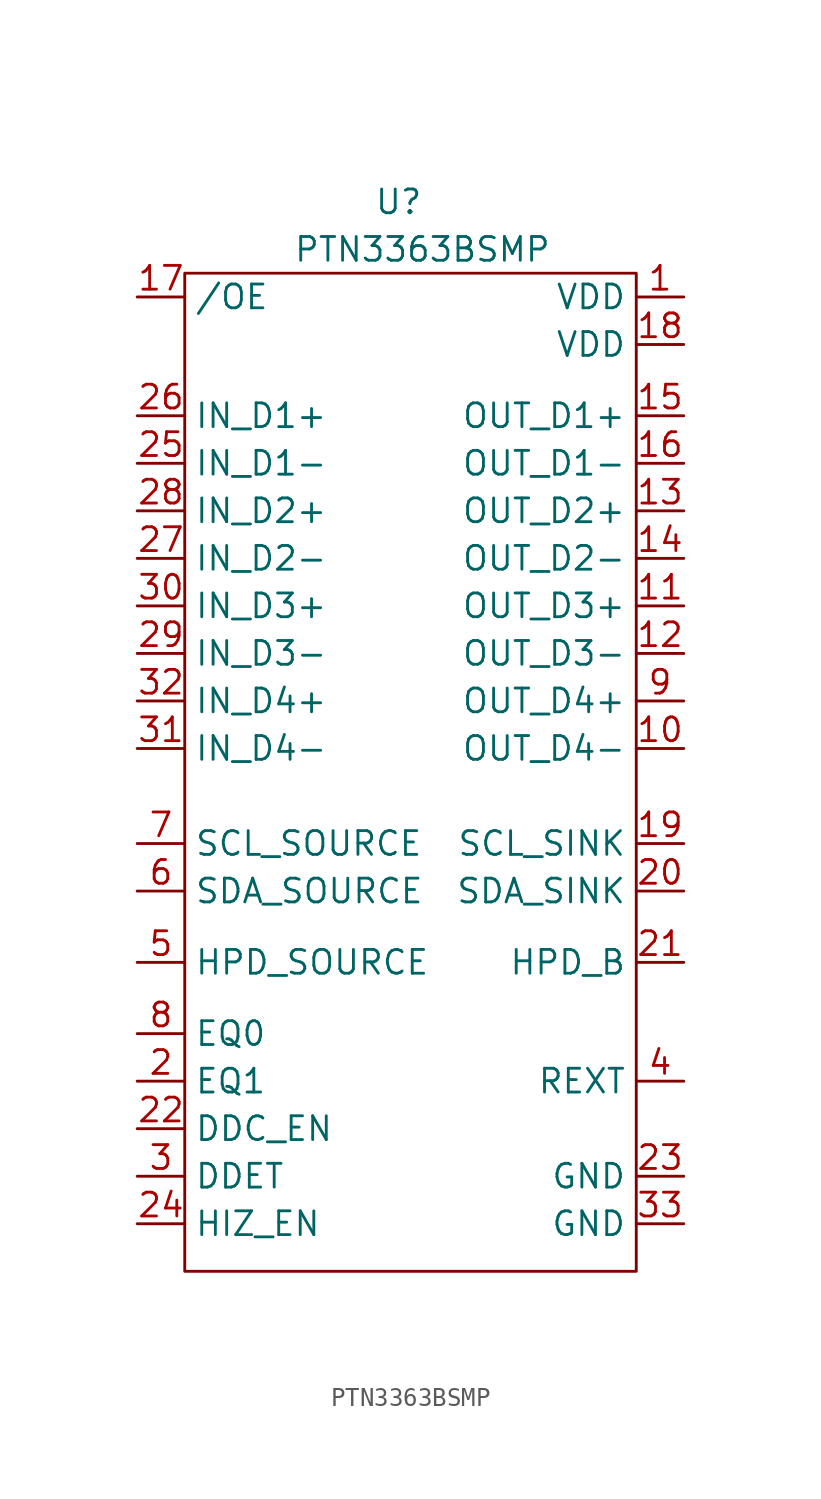
<source format=kicad_sym>
(kicad_symbol_lib
  (version 20211014)
  (generator kicad_symbol_editor)
  (symbol "PTN3363BSMP"
    (property "Reference" "U"
      (at 13.97 5.08 0)
      (effects (font (size 1.27 1.27))))
    (property "Value" "PTN3363BSMP"
      (at 15.24 2.54 0)
      (effects (font (size 1.27 1.27))))
    (symbol "PTN3363BSMP_0_0"
      (pin power_in line (at 29.21 0 180) (length 2.54) (name "VDD" (effects (font (size 1.27 1.27)))) (number "1" (effects (font (size 1.27 1.27)))))
      (pin output line (at 29.21 -24.13 180) (length 2.54) (name "OUT_D4-" (effects (font (size 1.27 1.27)))) (number "10" (effects (font (size 1.27 1.27)))))
      (pin output line (at 29.21 -16.51 180) (length 2.54) (name "OUT_D3+" (effects (font (size 1.27 1.27)))) (number "11" (effects (font (size 1.27 1.27)))))
      (pin output line (at 29.21 -19.05 180) (length 2.54) (name "OUT_D3-" (effects (font (size 1.27 1.27)))) (number "12" (effects (font (size 1.27 1.27)))))
      (pin output line (at 29.21 -11.43 180) (length 2.54) (name "OUT_D2+" (effects (font (size 1.27 1.27)))) (number "13" (effects (font (size 1.27 1.27)))))
      (pin output line (at 29.21 -13.97 180) (length 2.54) (name "OUT_D2-" (effects (font (size 1.27 1.27)))) (number "14" (effects (font (size 1.27 1.27)))))
      (pin output line (at 29.21 -6.35 180) (length 2.54) (name "OUT_D1+" (effects (font (size 1.27 1.27)))) (number "15" (effects (font (size 1.27 1.27)))))
      (pin output line (at 29.21 -8.89 180) (length 2.54) (name "OUT_D1-" (effects (font (size 1.27 1.27)))) (number "16" (effects (font (size 1.27 1.27)))))
      (pin input line (at 0 0 0) (length 2.54) (name "/OE" (effects (font (size 1.27 1.27)))) (number "17" (effects (font (size 1.27 1.27)))))
      (pin power_in line (at 29.21 -2.54 180) (length 2.54) (name "VDD" (effects (font (size 1.27 1.27)))) (number "18" (effects (font (size 1.27 1.27)))))
      (pin bidirectional line (at 29.21 -29.21 180) (length 2.54) (name "SCL_SINK" (effects (font (size 1.27 1.27)))) (number "19" (effects (font (size 1.27 1.27)))))
      (pin input line (at 0 -41.91 0) (length 2.54) (name "EQ1" (effects (font (size 1.27 1.27)))) (number "2" (effects (font (size 1.27 1.27)))))
      (pin bidirectional line (at 29.21 -31.75 180) (length 2.54) (name "SDA_SINK" (effects (font (size 1.27 1.27)))) (number "20" (effects (font (size 1.27 1.27)))))
      (pin input line (at 29.21 -35.56 180) (length 2.54) (name "HPD_B" (effects (font (size 1.27 1.27)))) (number "21" (effects (font (size 1.27 1.27)))))
      (pin input line (at 0 -44.45 0) (length 2.54) (name "DDC_EN" (effects (font (size 1.27 1.27)))) (number "22" (effects (font (size 1.27 1.27)))))
      (pin power_in line (at 29.21 -46.99 180) (length 2.54) (name "GND" (effects (font (size 1.27 1.27)))) (number "23" (effects (font (size 1.27 1.27)))))
      (pin input line (at 0 -49.53 0) (length 2.54) (name "HIZ_EN" (effects (font (size 1.27 1.27)))) (number "24" (effects (font (size 1.27 1.27)))))
      (pin input line (at 0 -8.89 0) (length 2.54) (name "IN_D1-" (effects (font (size 1.27 1.27)))) (number "25" (effects (font (size 1.27 1.27)))))
      (pin input line (at 0 -6.35 0) (length 2.54) (name "IN_D1+" (effects (font (size 1.27 1.27)))) (number "26" (effects (font (size 1.27 1.27)))))
      (pin input line (at 0 -13.97 0) (length 2.54) (name "IN_D2-" (effects (font (size 1.27 1.27)))) (number "27" (effects (font (size 1.27 1.27)))))
      (pin input line (at 0 -11.43 0) (length 2.54) (name "IN_D2+" (effects (font (size 1.27 1.27)))) (number "28" (effects (font (size 1.27 1.27)))))
      (pin input line (at 0 -19.05 0) (length 2.54) (name "IN_D3-" (effects (font (size 1.27 1.27)))) (number "29" (effects (font (size 1.27 1.27)))))
      (pin input line (at 0 -46.99 0) (length 2.54) (name "DDET" (effects (font (size 1.27 1.27)))) (number "3" (effects (font (size 1.27 1.27)))))
      (pin input line (at 0 -16.51 0) (length 2.54) (name "IN_D3+" (effects (font (size 1.27 1.27)))) (number "30" (effects (font (size 1.27 1.27)))))
      (pin input line (at 0 -24.13 0) (length 2.54) (name "IN_D4-" (effects (font (size 1.27 1.27)))) (number "31" (effects (font (size 1.27 1.27)))))
      (pin input line (at 0 -21.59 0) (length 2.54) (name "IN_D4+" (effects (font (size 1.27 1.27)))) (number "32" (effects (font (size 1.27 1.27)))))
      (pin power_in line (at 29.21 -49.53 180) (length 2.54) (name "GND" (effects (font (size 1.27 1.27)))) (number "33" (effects (font (size 1.27 1.27)))))
      (pin bidirectional line (at 29.21 -41.91 180) (length 2.54) (name "REXT" (effects (font (size 1.27 1.27)))) (number "4" (effects (font (size 1.27 1.27)))))
      (pin output line (at 0 -35.56 0) (length 2.54) (name "HPD_SOURCE" (effects (font (size 1.27 1.27)))) (number "5" (effects (font (size 1.27 1.27)))))
      (pin bidirectional line (at 0 -31.75 0) (length 2.54) (name "SDA_SOURCE" (effects (font (size 1.27 1.27)))) (number "6" (effects (font (size 1.27 1.27)))))
      (pin bidirectional line (at 0 -29.21 0) (length 2.54) (name "SCL_SOURCE" (effects (font (size 1.27 1.27)))) (number "7" (effects (font (size 1.27 1.27)))))
      (pin input line (at 0 -39.37 0) (length 2.54) (name "EQ0" (effects (font (size 1.27 1.27)))) (number "8" (effects (font (size 1.27 1.27)))))
      (pin output line (at 29.21 -21.59 180) (length 2.54) (name "OUT_D4+" (effects (font (size 1.27 1.27)))) (number "9" (effects (font (size 1.27 1.27))))))
    (symbol "PTN3363BSMP_0_1"
      (polyline (pts (xy 2.54 1.27) (xy 26.67 1.27) (xy 26.67 -52.07) (xy 2.54 -52.07) (xy 2.54 1.27)) (stroke (width 0) (type default) (color 0 0 0 0)) (fill (type none))))))
</source>
